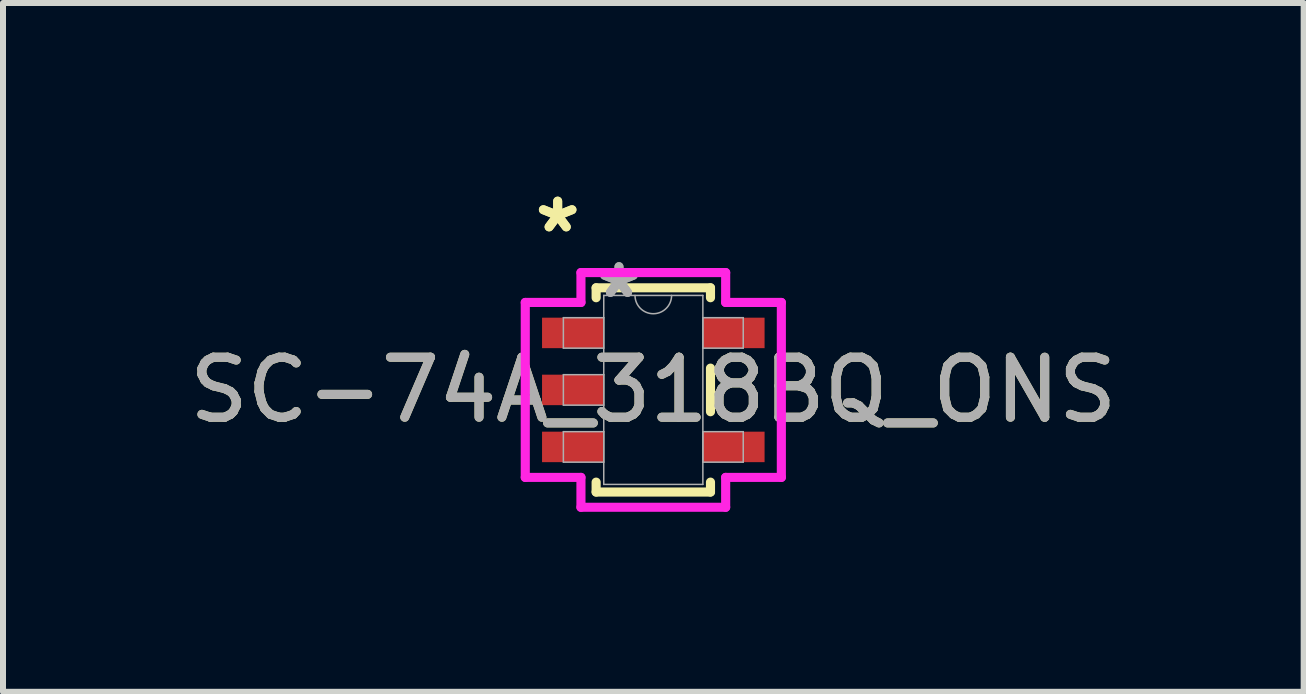
<source format=kicad_pcb>
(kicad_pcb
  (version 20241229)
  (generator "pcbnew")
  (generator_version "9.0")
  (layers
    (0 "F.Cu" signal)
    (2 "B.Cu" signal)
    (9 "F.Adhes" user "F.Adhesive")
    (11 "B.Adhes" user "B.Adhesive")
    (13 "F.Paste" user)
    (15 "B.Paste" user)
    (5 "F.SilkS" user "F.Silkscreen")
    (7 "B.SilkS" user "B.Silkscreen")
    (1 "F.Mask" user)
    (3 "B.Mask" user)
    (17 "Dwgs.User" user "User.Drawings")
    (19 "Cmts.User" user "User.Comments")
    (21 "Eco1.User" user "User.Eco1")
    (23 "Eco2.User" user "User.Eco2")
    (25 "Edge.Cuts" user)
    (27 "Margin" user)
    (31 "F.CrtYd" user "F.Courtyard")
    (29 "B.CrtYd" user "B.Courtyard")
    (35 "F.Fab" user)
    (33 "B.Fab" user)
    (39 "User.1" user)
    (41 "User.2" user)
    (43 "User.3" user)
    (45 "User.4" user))
  (footprint "SC-74A_318BQ_ONS"
    (layer "F.Cu")
    (at 7.839 3.449)
    (property "Reference" "SC-74A_318BQ_ONS" (at 0 0 0) (unlocked yes) (layer "F.SilkS") (effects (font (size 1 1) (thickness 0.15))))
    (attr smd)
    (fp_line (start -0.953 -1.702) (end -0.953 -1.537) (stroke (width 0.152) (type solid)) (layer "F.SilkS"))
    (fp_line (start -0.953 1.537) (end -0.953 1.702) (stroke (width 0.152) (type solid)) (layer "F.SilkS"))
    (fp_line (start -0.953 1.702) (end 0.953 1.702) (stroke (width 0.152) (type solid)) (layer "F.SilkS"))
    (fp_line (start 0.953 -1.702) (end -0.953 -1.702) (stroke (width 0.152) (type solid)) (layer "F.SilkS"))
    (fp_line (start 0.953 -1.537) (end 0.953 -1.702) (stroke (width 0.152) (type solid)) (layer "F.SilkS"))
    (fp_line (start 0.953 0.363) (end 0.953 -0.363) (stroke (width 0.152) (type solid)) (layer "F.SilkS"))
    (fp_line (start 0.953 1.702) (end 0.953 1.537) (stroke (width 0.152) (type solid)) (layer "F.SilkS"))
    (fp_line (start -2.134 -1.458) (end -1.206 -1.458) (stroke (width 0.152) (type solid)) (layer "F.CrtYd"))
    (fp_line (start -2.134 1.458) (end -2.134 -1.458) (stroke (width 0.152) (type solid)) (layer "F.CrtYd"))
    (fp_line (start -1.206 -1.956) (end 1.206 -1.956) (stroke (width 0.152) (type solid)) (layer "F.CrtYd"))
    (fp_line (start -1.206 -1.458) (end -1.206 -1.956) (stroke (width 0.152) (type solid)) (layer "F.CrtYd"))
    (fp_line (start -1.206 1.458) (end -2.134 1.458) (stroke (width 0.152) (type solid)) (layer "F.CrtYd"))
    (fp_line (start -1.206 1.956) (end -1.206 1.458) (stroke (width 0.152) (type solid)) (layer "F.CrtYd"))
    (fp_line (start 1.206 -1.956) (end 1.206 -1.458) (stroke (width 0.152) (type solid)) (layer "F.CrtYd"))
    (fp_line (start 1.206 -1.458) (end 2.134 -1.458) (stroke (width 0.152) (type solid)) (layer "F.CrtYd"))
    (fp_line (start 1.206 1.458) (end 1.206 1.956) (stroke (width 0.152) (type solid)) (layer "F.CrtYd"))
    (fp_line (start 1.206 1.956) (end -1.206 1.956) (stroke (width 0.152) (type solid)) (layer "F.CrtYd"))
    (fp_line (start 2.134 -1.458) (end 2.134 1.458) (stroke (width 0.152) (type solid)) (layer "F.CrtYd"))
    (fp_line (start 2.134 1.458) (end 1.206 1.458) (stroke (width 0.152) (type solid)) (layer "F.CrtYd"))
    (fp_line (start -1.499 -1.204) (end -1.499 -0.696) (stroke (width 0.025) (type solid)) (layer "F.Fab"))
    (fp_line (start -1.499 -0.696) (end -0.826 -0.696) (stroke (width 0.025) (type solid)) (layer "F.Fab"))
    (fp_line (start -1.499 -0.254) (end -1.499 0.254) (stroke (width 0.025) (type solid)) (layer "F.Fab"))
    (fp_line (start -1.499 0.254) (end -0.826 0.254) (stroke (width 0.025) (type solid)) (layer "F.Fab"))
    (fp_line (start -1.499 0.696) (end -1.499 1.204) (stroke (width 0.025) (type solid)) (layer "F.Fab"))
    (fp_line (start -1.499 1.204) (end -0.826 1.204) (stroke (width 0.025) (type solid)) (layer "F.Fab"))
    (fp_line (start -0.826 -1.575) (end -0.826 1.575) (stroke (width 0.025) (type solid)) (layer "F.Fab"))
    (fp_line (start -0.826 -1.204) (end -1.499 -1.204) (stroke (width 0.025) (type solid)) (layer "F.Fab"))
    (fp_line (start -0.826 -0.696) (end -0.826 -1.204) (stroke (width 0.025) (type solid)) (layer "F.Fab"))
    (fp_line (start -0.826 -0.254) (end -1.499 -0.254) (stroke (width 0.025) (type solid)) (layer "F.Fab"))
    (fp_line (start -0.826 0.254) (end -0.826 -0.254) (stroke (width 0.025) (type solid)) (layer "F.Fab"))
    (fp_line (start -0.826 0.696) (end -1.499 0.696) (stroke (width 0.025) (type solid)) (layer "F.Fab"))
    (fp_line (start -0.826 1.204) (end -0.826 0.696) (stroke (width 0.025) (type solid)) (layer "F.Fab"))
    (fp_line (start -0.826 1.575) (end 0.826 1.575) (stroke (width 0.025) (type solid)) (layer "F.Fab"))
    (fp_line (start 0.826 -1.575) (end -0.826 -1.575) (stroke (width 0.025) (type solid)) (layer "F.Fab"))
    (fp_line (start 0.826 -1.204) (end 0.826 -0.696) (stroke (width 0.025) (type solid)) (layer "F.Fab"))
    (fp_line (start 0.826 -0.696) (end 1.499 -0.696) (stroke (width 0.025) (type solid)) (layer "F.Fab"))
    (fp_line (start 0.826 0.696) (end 0.826 1.204) (stroke (width 0.025) (type solid)) (layer "F.Fab"))
    (fp_line (start 0.826 1.204) (end 1.499 1.204) (stroke (width 0.025) (type solid)) (layer "F.Fab"))
    (fp_line (start 0.826 1.575) (end 0.826 -1.575) (stroke (width 0.025) (type solid)) (layer "F.Fab"))
    (fp_line (start 1.499 -1.204) (end 0.826 -1.204) (stroke (width 0.025) (type solid)) (layer "F.Fab"))
    (fp_line (start 1.499 -0.696) (end 1.499 -1.204) (stroke (width 0.025) (type solid)) (layer "F.Fab"))
    (fp_line (start 1.499 0.696) (end 0.826 0.696) (stroke (width 0.025) (type solid)) (layer "F.Fab"))
    (fp_line (start 1.499 1.204) (end 1.499 0.696) (stroke (width 0.025) (type solid)) (layer "F.Fab"))
    (fp_arc (start 0.3048 -1.5748) (mid 0 -1.27) (end -0.3048 -1.5748) (stroke (width 0.0254) (type solid)) (layer "F.Fab"))
    (fp_text user "*" (at -1.594 -2.601 0) (unlocked yes) (layer "F.SilkS") (effects (font (size 1 1) (thickness 0.15))))
    (fp_text user "*" (at -1.594 -2.601 0) (layer "F.SilkS") (effects (font (size 1 1) (thickness 0.15))))
    (fp_text user "*" (at -0.572 -1.509 0) (layer "F.Fab") (effects (font (size 1 1) (thickness 0.15))))
    (fp_text user "*" (at -0.572 -1.509 0) (unlocked yes) (layer "F.Fab") (effects (font (size 1 1) (thickness 0.15))))
    (fp_text user "${REFERENCE}" (at 0 0 0) (unlocked yes) (layer "F.Fab") (effects (font (size 1 1) (thickness 0.15))))
    (pad "1" smd rect (at -1.34 -0.95) (size 1.029 0.508) (layers "F.Cu" "F.Mask" "F.Paste"))
    (pad "2" smd rect (at -1.34 0) (size 1.029 0.508) (layers "F.Cu" "F.Mask" "F.Paste"))
    (pad "3" smd rect (at -1.34 0.95) (size 1.029 0.508) (layers "F.Cu" "F.Mask" "F.Paste"))
    (pad "4" smd rect (at 1.34 0.95) (size 1.029 0.508) (layers "F.Cu" "F.Mask" "F.Paste"))
    (pad "5" smd rect (at 1.34 -0.95) (size 1.029 0.508) (layers "F.Cu" "F.Mask" "F.Paste")))
  (gr_rect
    (start -3 -3)
    (end 18.679 8.481)
    (stroke (width 0.1) (type default))
    (fill no)
    (layer "Edge.Cuts")))
</source>
